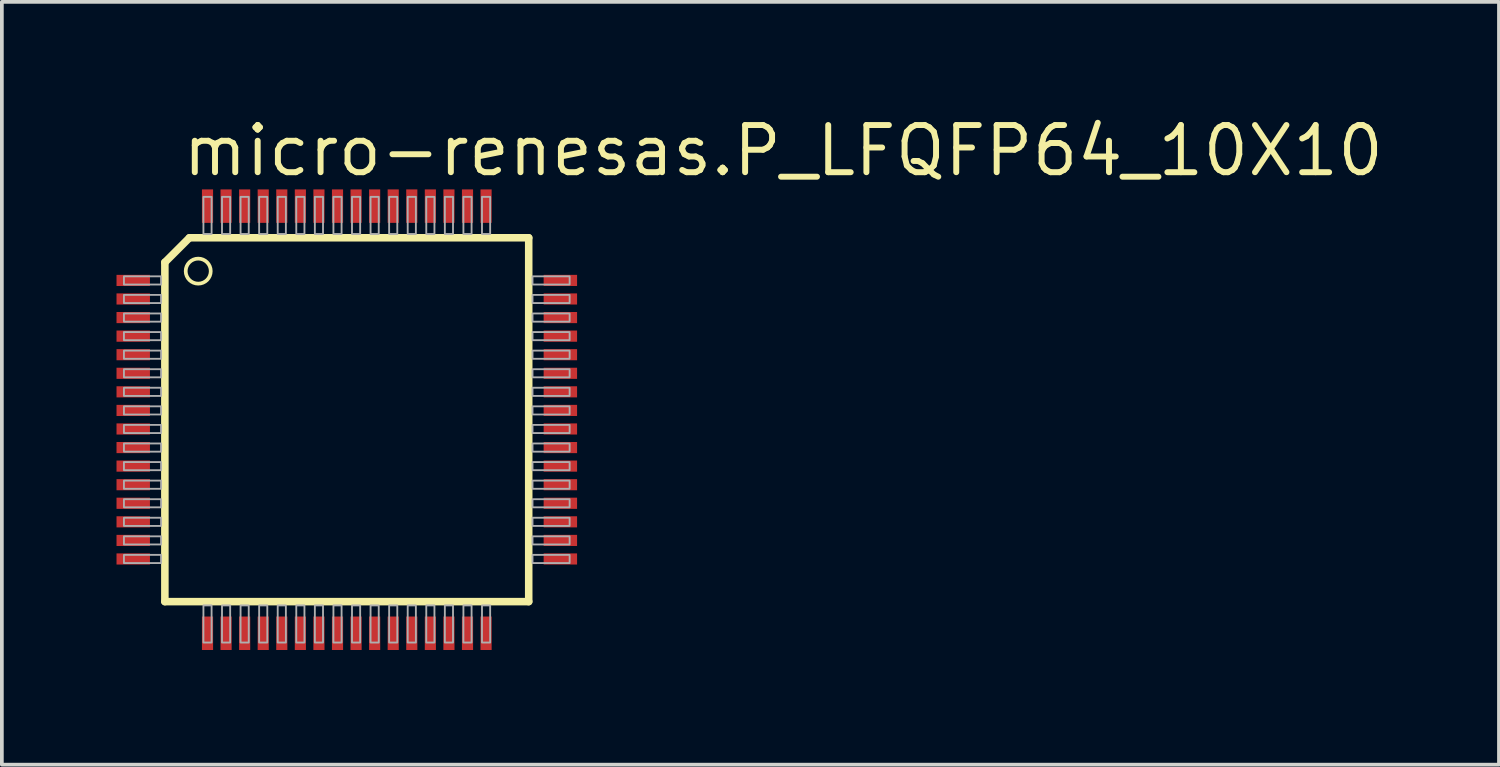
<source format=kicad_pcb>
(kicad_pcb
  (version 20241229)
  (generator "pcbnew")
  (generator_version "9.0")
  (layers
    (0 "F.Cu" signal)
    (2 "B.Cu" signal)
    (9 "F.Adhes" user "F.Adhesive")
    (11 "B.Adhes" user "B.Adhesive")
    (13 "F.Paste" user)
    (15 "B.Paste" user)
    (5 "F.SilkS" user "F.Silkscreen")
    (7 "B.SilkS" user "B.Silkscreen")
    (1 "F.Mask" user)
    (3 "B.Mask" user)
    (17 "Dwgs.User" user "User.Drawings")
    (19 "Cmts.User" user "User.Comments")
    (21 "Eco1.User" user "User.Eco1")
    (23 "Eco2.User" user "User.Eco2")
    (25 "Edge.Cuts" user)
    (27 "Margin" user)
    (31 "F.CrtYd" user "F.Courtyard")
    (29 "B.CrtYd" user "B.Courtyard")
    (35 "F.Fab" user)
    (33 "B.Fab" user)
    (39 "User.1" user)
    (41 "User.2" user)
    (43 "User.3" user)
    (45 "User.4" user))
  (footprint "micro-renesas.P_LFQFP64_10X10"
    (layer "F.Cu")
    (at 6.287 8.25)
    (property "Reference" "micro-renesas.P_LFQFP64_10X10" (at -4.5 -6.5 0) (layer "F.SilkS") (effects (font (size 1.27 1.27) (thickness 0.16)) (justify left bottom)))
    (attr smd)
    (fp_rect (start -6.263 -3.575) (end -5.237 -3.925) (stroke (width 0.05) (type default)) (fill yes) (layer "F.Mask"))
    (fp_rect (start -6.263 -3.075) (end -5.237 -3.425) (stroke (width 0.05) (type default)) (fill yes) (layer "F.Mask"))
    (fp_rect (start -6.263 -2.575) (end -5.237 -2.925) (stroke (width 0.05) (type default)) (fill yes) (layer "F.Mask"))
    (fp_rect (start -6.263 -2.075) (end -5.237 -2.425) (stroke (width 0.05) (type default)) (fill yes) (layer "F.Mask"))
    (fp_rect (start -6.263 -1.575) (end -5.237 -1.925) (stroke (width 0.05) (type default)) (fill yes) (layer "F.Mask"))
    (fp_rect (start -6.263 -1.075) (end -5.237 -1.425) (stroke (width 0.05) (type default)) (fill yes) (layer "F.Mask"))
    (fp_rect (start -6.263 -0.575) (end -5.237 -0.925) (stroke (width 0.05) (type default)) (fill yes) (layer "F.Mask"))
    (fp_rect (start -6.263 -0.075) (end -5.237 -0.425) (stroke (width 0.05) (type default)) (fill yes) (layer "F.Mask"))
    (fp_rect (start -6.263 0.425) (end -5.237 0.075) (stroke (width 0.05) (type default)) (fill yes) (layer "F.Mask"))
    (fp_rect (start -6.263 0.925) (end -5.237 0.575) (stroke (width 0.05) (type default)) (fill yes) (layer "F.Mask"))
    (fp_rect (start -6.263 1.425) (end -5.237 1.075) (stroke (width 0.05) (type default)) (fill yes) (layer "F.Mask"))
    (fp_rect (start -6.263 1.925) (end -5.237 1.575) (stroke (width 0.05) (type default)) (fill yes) (layer "F.Mask"))
    (fp_rect (start -6.263 2.425) (end -5.237 2.075) (stroke (width 0.05) (type default)) (fill yes) (layer "F.Mask"))
    (fp_rect (start -6.263 2.925) (end -5.237 2.575) (stroke (width 0.05) (type default)) (fill yes) (layer "F.Mask"))
    (fp_rect (start -6.263 3.425) (end -5.237 3.075) (stroke (width 0.05) (type default)) (fill yes) (layer "F.Mask"))
    (fp_rect (start -6.263 3.925) (end -5.237 3.575) (stroke (width 0.05) (type default)) (fill yes) (layer "F.Mask"))
    (fp_rect (start -3.925 -5.237) (end -3.575 -6.263) (stroke (width 0.05) (type default)) (fill yes) (layer "F.Mask"))
    (fp_rect (start -3.925 6.263) (end -3.575 5.237) (stroke (width 0.05) (type default)) (fill yes) (layer "F.Mask"))
    (fp_rect (start -3.425 -5.237) (end -3.075 -6.263) (stroke (width 0.05) (type default)) (fill yes) (layer "F.Mask"))
    (fp_rect (start -3.425 6.263) (end -3.075 5.237) (stroke (width 0.05) (type default)) (fill yes) (layer "F.Mask"))
    (fp_rect (start -2.925 -5.237) (end -2.575 -6.263) (stroke (width 0.05) (type default)) (fill yes) (layer "F.Mask"))
    (fp_rect (start -2.925 6.263) (end -2.575 5.237) (stroke (width 0.05) (type default)) (fill yes) (layer "F.Mask"))
    (fp_rect (start -2.425 -5.237) (end -2.075 -6.263) (stroke (width 0.05) (type default)) (fill yes) (layer "F.Mask"))
    (fp_rect (start -2.425 6.263) (end -2.075 5.237) (stroke (width 0.05) (type default)) (fill yes) (layer "F.Mask"))
    (fp_rect (start -1.925 -5.237) (end -1.575 -6.263) (stroke (width 0.05) (type default)) (fill yes) (layer "F.Mask"))
    (fp_rect (start -1.925 6.263) (end -1.575 5.237) (stroke (width 0.05) (type default)) (fill yes) (layer "F.Mask"))
    (fp_rect (start -1.425 -5.237) (end -1.075 -6.263) (stroke (width 0.05) (type default)) (fill yes) (layer "F.Mask"))
    (fp_rect (start -1.425 6.263) (end -1.075 5.237) (stroke (width 0.05) (type default)) (fill yes) (layer "F.Mask"))
    (fp_rect (start -0.925 -5.237) (end -0.575 -6.263) (stroke (width 0.05) (type default)) (fill yes) (layer "F.Mask"))
    (fp_rect (start -0.925 6.263) (end -0.575 5.237) (stroke (width 0.05) (type default)) (fill yes) (layer "F.Mask"))
    (fp_rect (start -0.425 -5.237) (end -0.075 -6.263) (stroke (width 0.05) (type default)) (fill yes) (layer "F.Mask"))
    (fp_rect (start -0.425 6.263) (end -0.075 5.237) (stroke (width 0.05) (type default)) (fill yes) (layer "F.Mask"))
    (fp_rect (start 0.075 -5.237) (end 0.425 -6.263) (stroke (width 0.05) (type default)) (fill yes) (layer "F.Mask"))
    (fp_rect (start 0.075 6.263) (end 0.425 5.237) (stroke (width 0.05) (type default)) (fill yes) (layer "F.Mask"))
    (fp_rect (start 0.575 -5.237) (end 0.925 -6.263) (stroke (width 0.05) (type default)) (fill yes) (layer "F.Mask"))
    (fp_rect (start 0.575 6.263) (end 0.925 5.237) (stroke (width 0.05) (type default)) (fill yes) (layer "F.Mask"))
    (fp_rect (start 1.075 -5.237) (end 1.425 -6.263) (stroke (width 0.05) (type default)) (fill yes) (layer "F.Mask"))
    (fp_rect (start 1.075 6.263) (end 1.425 5.237) (stroke (width 0.05) (type default)) (fill yes) (layer "F.Mask"))
    (fp_rect (start 1.575 -5.237) (end 1.925 -6.263) (stroke (width 0.05) (type default)) (fill yes) (layer "F.Mask"))
    (fp_rect (start 1.575 6.263) (end 1.925 5.237) (stroke (width 0.05) (type default)) (fill yes) (layer "F.Mask"))
    (fp_rect (start 2.075 -5.237) (end 2.425 -6.263) (stroke (width 0.05) (type default)) (fill yes) (layer "F.Mask"))
    (fp_rect (start 2.075 6.263) (end 2.425 5.237) (stroke (width 0.05) (type default)) (fill yes) (layer "F.Mask"))
    (fp_rect (start 2.575 -5.237) (end 2.925 -6.263) (stroke (width 0.05) (type default)) (fill yes) (layer "F.Mask"))
    (fp_rect (start 2.575 6.263) (end 2.925 5.237) (stroke (width 0.05) (type default)) (fill yes) (layer "F.Mask"))
    (fp_rect (start 3.075 -5.237) (end 3.425 -6.263) (stroke (width 0.05) (type default)) (fill yes) (layer "F.Mask"))
    (fp_rect (start 3.075 6.263) (end 3.425 5.237) (stroke (width 0.05) (type default)) (fill yes) (layer "F.Mask"))
    (fp_rect (start 3.575 -5.237) (end 3.925 -6.263) (stroke (width 0.05) (type default)) (fill yes) (layer "F.Mask"))
    (fp_rect (start 3.575 6.263) (end 3.925 5.237) (stroke (width 0.05) (type default)) (fill yes) (layer "F.Mask"))
    (fp_rect (start 5.237 -3.575) (end 6.263 -3.925) (stroke (width 0.05) (type default)) (fill yes) (layer "F.Mask"))
    (fp_rect (start 5.237 -3.075) (end 6.263 -3.425) (stroke (width 0.05) (type default)) (fill yes) (layer "F.Mask"))
    (fp_rect (start 5.237 -2.575) (end 6.263 -2.925) (stroke (width 0.05) (type default)) (fill yes) (layer "F.Mask"))
    (fp_rect (start 5.237 -2.075) (end 6.263 -2.425) (stroke (width 0.05) (type default)) (fill yes) (layer "F.Mask"))
    (fp_rect (start 5.237 -1.575) (end 6.263 -1.925) (stroke (width 0.05) (type default)) (fill yes) (layer "F.Mask"))
    (fp_rect (start 5.237 -1.075) (end 6.263 -1.425) (stroke (width 0.05) (type default)) (fill yes) (layer "F.Mask"))
    (fp_rect (start 5.237 -0.575) (end 6.263 -0.925) (stroke (width 0.05) (type default)) (fill yes) (layer "F.Mask"))
    (fp_rect (start 5.237 -0.075) (end 6.263 -0.425) (stroke (width 0.05) (type default)) (fill yes) (layer "F.Mask"))
    (fp_rect (start 5.237 0.425) (end 6.263 0.075) (stroke (width 0.05) (type default)) (fill yes) (layer "F.Mask"))
    (fp_rect (start 5.237 0.925) (end 6.263 0.575) (stroke (width 0.05) (type default)) (fill yes) (layer "F.Mask"))
    (fp_rect (start 5.237 1.425) (end 6.263 1.075) (stroke (width 0.05) (type default)) (fill yes) (layer "F.Mask"))
    (fp_rect (start 5.237 1.925) (end 6.263 1.575) (stroke (width 0.05) (type default)) (fill yes) (layer "F.Mask"))
    (fp_rect (start 5.237 2.425) (end 6.263 2.075) (stroke (width 0.05) (type default)) (fill yes) (layer "F.Mask"))
    (fp_rect (start 5.237 2.925) (end 6.263 2.575) (stroke (width 0.05) (type default)) (fill yes) (layer "F.Mask"))
    (fp_rect (start 5.237 3.425) (end 6.263 3.075) (stroke (width 0.05) (type default)) (fill yes) (layer "F.Mask"))
    (fp_rect (start 5.237 3.925) (end 6.263 3.575) (stroke (width 0.05) (type default)) (fill yes) (layer "F.Mask"))
    (fp_line (start -4.898 -4.237) (end -4.898 4.898) (stroke (width 0.203) (type default)) (layer "F.SilkS"))
    (fp_line (start -4.898 4.898) (end 4.898 4.898) (stroke (width 0.203) (type default)) (layer "F.SilkS"))
    (fp_line (start -4.237 -4.898) (end -4.898 -4.237) (stroke (width 0.203) (type default)) (layer "F.SilkS"))
    (fp_line (start 4.898 -4.898) (end -4.237 -4.898) (stroke (width 0.203) (type default)) (layer "F.SilkS"))
    (fp_line (start 4.898 4.898) (end 4.898 -4.898) (stroke (width 0.203) (type default)) (layer "F.SilkS"))
    (fp_circle (center -4 -4) (end -3.663 -4) (stroke (width 0.1) (type default)) (fill no) (layer "F.SilkS"))
    (fp_rect (start -6.175 -3.612) (end -5.325 -3.888) (stroke (width 0.05) (type default)) (fill yes) (layer "F.Paste"))
    (fp_rect (start -6.175 -3.112) (end -5.325 -3.388) (stroke (width 0.05) (type default)) (fill yes) (layer "F.Paste"))
    (fp_rect (start -6.175 -2.612) (end -5.325 -2.888) (stroke (width 0.05) (type default)) (fill yes) (layer "F.Paste"))
    (fp_rect (start -6.175 -2.112) (end -5.325 -2.388) (stroke (width 0.05) (type default)) (fill yes) (layer "F.Paste"))
    (fp_rect (start -6.175 -1.613) (end -5.325 -1.887) (stroke (width 0.05) (type default)) (fill yes) (layer "F.Paste"))
    (fp_rect (start -6.175 -1.113) (end -5.325 -1.387) (stroke (width 0.05) (type default)) (fill yes) (layer "F.Paste"))
    (fp_rect (start -6.175 -0.613) (end -5.325 -0.887) (stroke (width 0.05) (type default)) (fill yes) (layer "F.Paste"))
    (fp_rect (start -6.175 -0.113) (end -5.325 -0.388) (stroke (width 0.05) (type default)) (fill yes) (layer "F.Paste"))
    (fp_rect (start -6.175 0.388) (end -5.325 0.113) (stroke (width 0.05) (type default)) (fill yes) (layer "F.Paste"))
    (fp_rect (start -6.175 0.887) (end -5.325 0.613) (stroke (width 0.05) (type default)) (fill yes) (layer "F.Paste"))
    (fp_rect (start -6.175 1.387) (end -5.325 1.113) (stroke (width 0.05) (type default)) (fill yes) (layer "F.Paste"))
    (fp_rect (start -6.175 1.887) (end -5.325 1.613) (stroke (width 0.05) (type default)) (fill yes) (layer "F.Paste"))
    (fp_rect (start -6.175 2.388) (end -5.325 2.112) (stroke (width 0.05) (type default)) (fill yes) (layer "F.Paste"))
    (fp_rect (start -6.175 2.888) (end -5.325 2.612) (stroke (width 0.05) (type default)) (fill yes) (layer "F.Paste"))
    (fp_rect (start -6.175 3.388) (end -5.325 3.112) (stroke (width 0.05) (type default)) (fill yes) (layer "F.Paste"))
    (fp_rect (start -6.175 3.888) (end -5.325 3.612) (stroke (width 0.05) (type default)) (fill yes) (layer "F.Paste"))
    (fp_rect (start -3.888 -5.325) (end -3.612 -6.175) (stroke (width 0.05) (type default)) (fill yes) (layer "F.Paste"))
    (fp_rect (start -3.888 6.175) (end -3.612 5.325) (stroke (width 0.05) (type default)) (fill yes) (layer "F.Paste"))
    (fp_rect (start -3.388 -5.325) (end -3.112 -6.175) (stroke (width 0.05) (type default)) (fill yes) (layer "F.Paste"))
    (fp_rect (start -3.388 6.175) (end -3.112 5.325) (stroke (width 0.05) (type default)) (fill yes) (layer "F.Paste"))
    (fp_rect (start -2.888 -5.325) (end -2.612 -6.175) (stroke (width 0.05) (type default)) (fill yes) (layer "F.Paste"))
    (fp_rect (start -2.888 6.175) (end -2.612 5.325) (stroke (width 0.05) (type default)) (fill yes) (layer "F.Paste"))
    (fp_rect (start -2.388 -5.325) (end -2.112 -6.175) (stroke (width 0.05) (type default)) (fill yes) (layer "F.Paste"))
    (fp_rect (start -2.388 6.175) (end -2.112 5.325) (stroke (width 0.05) (type default)) (fill yes) (layer "F.Paste"))
    (fp_rect (start -1.887 -5.325) (end -1.613 -6.175) (stroke (width 0.05) (type default)) (fill yes) (layer "F.Paste"))
    (fp_rect (start -1.887 6.175) (end -1.613 5.325) (stroke (width 0.05) (type default)) (fill yes) (layer "F.Paste"))
    (fp_rect (start -1.387 -5.325) (end -1.113 -6.175) (stroke (width 0.05) (type default)) (fill yes) (layer "F.Paste"))
    (fp_rect (start -1.387 6.175) (end -1.113 5.325) (stroke (width 0.05) (type default)) (fill yes) (layer "F.Paste"))
    (fp_rect (start -0.887 -5.325) (end -0.613 -6.175) (stroke (width 0.05) (type default)) (fill yes) (layer "F.Paste"))
    (fp_rect (start -0.887 6.175) (end -0.613 5.325) (stroke (width 0.05) (type default)) (fill yes) (layer "F.Paste"))
    (fp_rect (start -0.388 -5.325) (end -0.113 -6.175) (stroke (width 0.05) (type default)) (fill yes) (layer "F.Paste"))
    (fp_rect (start -0.388 6.175) (end -0.113 5.325) (stroke (width 0.05) (type default)) (fill yes) (layer "F.Paste"))
    (fp_rect (start 0.113 -5.325) (end 0.388 -6.175) (stroke (width 0.05) (type default)) (fill yes) (layer "F.Paste"))
    (fp_rect (start 0.113 6.175) (end 0.388 5.325) (stroke (width 0.05) (type default)) (fill yes) (layer "F.Paste"))
    (fp_rect (start 0.613 -5.325) (end 0.887 -6.175) (stroke (width 0.05) (type default)) (fill yes) (layer "F.Paste"))
    (fp_rect (start 0.613 6.175) (end 0.887 5.325) (stroke (width 0.05) (type default)) (fill yes) (layer "F.Paste"))
    (fp_rect (start 1.113 -5.325) (end 1.387 -6.175) (stroke (width 0.05) (type default)) (fill yes) (layer "F.Paste"))
    (fp_rect (start 1.113 6.175) (end 1.387 5.325) (stroke (width 0.05) (type default)) (fill yes) (layer "F.Paste"))
    (fp_rect (start 1.613 -5.325) (end 1.887 -6.175) (stroke (width 0.05) (type default)) (fill yes) (layer "F.Paste"))
    (fp_rect (start 1.613 6.175) (end 1.887 5.325) (stroke (width 0.05) (type default)) (fill yes) (layer "F.Paste"))
    (fp_rect (start 2.112 -5.325) (end 2.388 -6.175) (stroke (width 0.05) (type default)) (fill yes) (layer "F.Paste"))
    (fp_rect (start 2.112 6.175) (end 2.388 5.325) (stroke (width 0.05) (type default)) (fill yes) (layer "F.Paste"))
    (fp_rect (start 2.612 -5.325) (end 2.888 -6.175) (stroke (width 0.05) (type default)) (fill yes) (layer "F.Paste"))
    (fp_rect (start 2.612 6.175) (end 2.888 5.325) (stroke (width 0.05) (type default)) (fill yes) (layer "F.Paste"))
    (fp_rect (start 3.112 -5.325) (end 3.388 -6.175) (stroke (width 0.05) (type default)) (fill yes) (layer "F.Paste"))
    (fp_rect (start 3.112 6.175) (end 3.388 5.325) (stroke (width 0.05) (type default)) (fill yes) (layer "F.Paste"))
    (fp_rect (start 3.612 -5.325) (end 3.888 -6.175) (stroke (width 0.05) (type default)) (fill yes) (layer "F.Paste"))
    (fp_rect (start 3.612 6.175) (end 3.888 5.325) (stroke (width 0.05) (type default)) (fill yes) (layer "F.Paste"))
    (fp_rect (start 5.325 -3.612) (end 6.175 -3.888) (stroke (width 0.05) (type default)) (fill yes) (layer "F.Paste"))
    (fp_rect (start 5.325 -3.112) (end 6.175 -3.388) (stroke (width 0.05) (type default)) (fill yes) (layer "F.Paste"))
    (fp_rect (start 5.325 -2.612) (end 6.175 -2.888) (stroke (width 0.05) (type default)) (fill yes) (layer "F.Paste"))
    (fp_rect (start 5.325 -2.112) (end 6.175 -2.388) (stroke (width 0.05) (type default)) (fill yes) (layer "F.Paste"))
    (fp_rect (start 5.325 -1.613) (end 6.175 -1.887) (stroke (width 0.05) (type default)) (fill yes) (layer "F.Paste"))
    (fp_rect (start 5.325 -1.113) (end 6.175 -1.387) (stroke (width 0.05) (type default)) (fill yes) (layer "F.Paste"))
    (fp_rect (start 5.325 -0.613) (end 6.175 -0.887) (stroke (width 0.05) (type default)) (fill yes) (layer "F.Paste"))
    (fp_rect (start 5.325 -0.113) (end 6.175 -0.388) (stroke (width 0.05) (type default)) (fill yes) (layer "F.Paste"))
    (fp_rect (start 5.325 0.388) (end 6.175 0.113) (stroke (width 0.05) (type default)) (fill yes) (layer "F.Paste"))
    (fp_rect (start 5.325 0.887) (end 6.175 0.613) (stroke (width 0.05) (type default)) (fill yes) (layer "F.Paste"))
    (fp_rect (start 5.325 1.387) (end 6.175 1.113) (stroke (width 0.05) (type default)) (fill yes) (layer "F.Paste"))
    (fp_rect (start 5.325 1.887) (end 6.175 1.613) (stroke (width 0.05) (type default)) (fill yes) (layer "F.Paste"))
    (fp_rect (start 5.325 2.388) (end 6.175 2.112) (stroke (width 0.05) (type default)) (fill yes) (layer "F.Paste"))
    (fp_rect (start 5.325 2.888) (end 6.175 2.612) (stroke (width 0.05) (type default)) (fill yes) (layer "F.Paste"))
    (fp_rect (start 5.325 3.388) (end 6.175 3.112) (stroke (width 0.05) (type default)) (fill yes) (layer "F.Paste"))
    (fp_rect (start 5.325 3.888) (end 6.175 3.612) (stroke (width 0.05) (type default)) (fill yes) (layer "F.Paste"))
    (fp_rect (start -6 -3.64) (end -5 -3.86) (stroke (width 0.05) (type default)) (fill no) (layer "F.Fab"))
    (fp_rect (start -6 -3.14) (end -5 -3.36) (stroke (width 0.05) (type default)) (fill no) (layer "F.Fab"))
    (fp_rect (start -6 -2.64) (end -5 -2.86) (stroke (width 0.05) (type default)) (fill no) (layer "F.Fab"))
    (fp_rect (start -6 -2.14) (end -5 -2.36) (stroke (width 0.05) (type default)) (fill no) (layer "F.Fab"))
    (fp_rect (start -6 -1.64) (end -5 -1.86) (stroke (width 0.05) (type default)) (fill no) (layer "F.Fab"))
    (fp_rect (start -6 -1.14) (end -5 -1.36) (stroke (width 0.05) (type default)) (fill no) (layer "F.Fab"))
    (fp_rect (start -6 -0.64) (end -5 -0.86) (stroke (width 0.05) (type default)) (fill no) (layer "F.Fab"))
    (fp_rect (start -6 -0.14) (end -5 -0.36) (stroke (width 0.05) (type default)) (fill no) (layer "F.Fab"))
    (fp_rect (start -6 0.36) (end -5 0.14) (stroke (width 0.05) (type default)) (fill no) (layer "F.Fab"))
    (fp_rect (start -6 0.86) (end -5 0.64) (stroke (width 0.05) (type default)) (fill no) (layer "F.Fab"))
    (fp_rect (start -6 1.36) (end -5 1.14) (stroke (width 0.05) (type default)) (fill no) (layer "F.Fab"))
    (fp_rect (start -6 1.86) (end -5 1.64) (stroke (width 0.05) (type default)) (fill no) (layer "F.Fab"))
    (fp_rect (start -6 2.36) (end -5 2.14) (stroke (width 0.05) (type default)) (fill no) (layer "F.Fab"))
    (fp_rect (start -6 2.86) (end -5 2.64) (stroke (width 0.05) (type default)) (fill no) (layer "F.Fab"))
    (fp_rect (start -6 3.36) (end -5 3.14) (stroke (width 0.05) (type default)) (fill no) (layer "F.Fab"))
    (fp_rect (start -6 3.86) (end -5 3.64) (stroke (width 0.05) (type default)) (fill no) (layer "F.Fab"))
    (fp_rect (start -3.86 -5) (end -3.64 -6) (stroke (width 0.05) (type default)) (fill no) (layer "F.Fab"))
    (fp_rect (start -3.86 6) (end -3.64 5) (stroke (width 0.05) (type default)) (fill no) (layer "F.Fab"))
    (fp_rect (start -3.36 -5) (end -3.14 -6) (stroke (width 0.05) (type default)) (fill no) (layer "F.Fab"))
    (fp_rect (start -3.36 6) (end -3.14 5) (stroke (width 0.05) (type default)) (fill no) (layer "F.Fab"))
    (fp_rect (start -2.86 -5) (end -2.64 -6) (stroke (width 0.05) (type default)) (fill no) (layer "F.Fab"))
    (fp_rect (start -2.86 6) (end -2.64 5) (stroke (width 0.05) (type default)) (fill no) (layer "F.Fab"))
    (fp_rect (start -2.36 -5) (end -2.14 -6) (stroke (width 0.05) (type default)) (fill no) (layer "F.Fab"))
    (fp_rect (start -2.36 6) (end -2.14 5) (stroke (width 0.05) (type default)) (fill no) (layer "F.Fab"))
    (fp_rect (start -1.86 -5) (end -1.64 -6) (stroke (width 0.05) (type default)) (fill no) (layer "F.Fab"))
    (fp_rect (start -1.86 6) (end -1.64 5) (stroke (width 0.05) (type default)) (fill no) (layer "F.Fab"))
    (fp_rect (start -1.36 -5) (end -1.14 -6) (stroke (width 0.05) (type default)) (fill no) (layer "F.Fab"))
    (fp_rect (start -1.36 6) (end -1.14 5) (stroke (width 0.05) (type default)) (fill no) (layer "F.Fab"))
    (fp_rect (start -0.86 -5) (end -0.64 -6) (stroke (width 0.05) (type default)) (fill no) (layer "F.Fab"))
    (fp_rect (start -0.86 6) (end -0.64 5) (stroke (width 0.05) (type default)) (fill no) (layer "F.Fab"))
    (fp_rect (start -0.36 -5) (end -0.14 -6) (stroke (width 0.05) (type default)) (fill no) (layer "F.Fab"))
    (fp_rect (start -0.36 6) (end -0.14 5) (stroke (width 0.05) (type default)) (fill no) (layer "F.Fab"))
    (fp_rect (start 0.14 -5) (end 0.36 -6) (stroke (width 0.05) (type default)) (fill no) (layer "F.Fab"))
    (fp_rect (start 0.14 6) (end 0.36 5) (stroke (width 0.05) (type default)) (fill no) (layer "F.Fab"))
    (fp_rect (start 0.64 -5) (end 0.86 -6) (stroke (width 0.05) (type default)) (fill no) (layer "F.Fab"))
    (fp_rect (start 0.64 6) (end 0.86 5) (stroke (width 0.05) (type default)) (fill no) (layer "F.Fab"))
    (fp_rect (start 1.14 -5) (end 1.36 -6) (stroke (width 0.05) (type default)) (fill no) (layer "F.Fab"))
    (fp_rect (start 1.14 6) (end 1.36 5) (stroke (width 0.05) (type default)) (fill no) (layer "F.Fab"))
    (fp_rect (start 1.64 -5) (end 1.86 -6) (stroke (width 0.05) (type default)) (fill no) (layer "F.Fab"))
    (fp_rect (start 1.64 6) (end 1.86 5) (stroke (width 0.05) (type default)) (fill no) (layer "F.Fab"))
    (fp_rect (start 2.14 -5) (end 2.36 -6) (stroke (width 0.05) (type default)) (fill no) (layer "F.Fab"))
    (fp_rect (start 2.14 6) (end 2.36 5) (stroke (width 0.05) (type default)) (fill no) (layer "F.Fab"))
    (fp_rect (start 2.64 -5) (end 2.86 -6) (stroke (width 0.05) (type default)) (fill no) (layer "F.Fab"))
    (fp_rect (start 2.64 6) (end 2.86 5) (stroke (width 0.05) (type default)) (fill no) (layer "F.Fab"))
    (fp_rect (start 3.14 -5) (end 3.36 -6) (stroke (width 0.05) (type default)) (fill no) (layer "F.Fab"))
    (fp_rect (start 3.14 6) (end 3.36 5) (stroke (width 0.05) (type default)) (fill no) (layer "F.Fab"))
    (fp_rect (start 3.64 -5) (end 3.86 -6) (stroke (width 0.05) (type default)) (fill no) (layer "F.Fab"))
    (fp_rect (start 3.64 6) (end 3.86 5) (stroke (width 0.05) (type default)) (fill no) (layer "F.Fab"))
    (fp_rect (start 5 -3.64) (end 6 -3.86) (stroke (width 0.05) (type default)) (fill no) (layer "F.Fab"))
    (fp_rect (start 5 -3.14) (end 6 -3.36) (stroke (width 0.05) (type default)) (fill no) (layer "F.Fab"))
    (fp_rect (start 5 -2.64) (end 6 -2.86) (stroke (width 0.05) (type default)) (fill no) (layer "F.Fab"))
    (fp_rect (start 5 -2.14) (end 6 -2.36) (stroke (width 0.05) (type default)) (fill no) (layer "F.Fab"))
    (fp_rect (start 5 -1.64) (end 6 -1.86) (stroke (width 0.05) (type default)) (fill no) (layer "F.Fab"))
    (fp_rect (start 5 -1.14) (end 6 -1.36) (stroke (width 0.05) (type default)) (fill no) (layer "F.Fab"))
    (fp_rect (start 5 -0.64) (end 6 -0.86) (stroke (width 0.05) (type default)) (fill no) (layer "F.Fab"))
    (fp_rect (start 5 -0.14) (end 6 -0.36) (stroke (width 0.05) (type default)) (fill no) (layer "F.Fab"))
    (fp_rect (start 5 0.36) (end 6 0.14) (stroke (width 0.05) (type default)) (fill no) (layer "F.Fab"))
    (fp_rect (start 5 0.86) (end 6 0.64) (stroke (width 0.05) (type default)) (fill no) (layer "F.Fab"))
    (fp_rect (start 5 1.36) (end 6 1.14) (stroke (width 0.05) (type default)) (fill no) (layer "F.Fab"))
    (fp_rect (start 5 1.86) (end 6 1.64) (stroke (width 0.05) (type default)) (fill no) (layer "F.Fab"))
    (fp_rect (start 5 2.36) (end 6 2.14) (stroke (width 0.05) (type default)) (fill no) (layer "F.Fab"))
    (fp_rect (start 5 2.86) (end 6 2.64) (stroke (width 0.05) (type default)) (fill no) (layer "F.Fab"))
    (fp_rect (start 5 3.36) (end 6 3.14) (stroke (width 0.05) (type default)) (fill no) (layer "F.Fab"))
    (fp_rect (start 5 3.86) (end 6 3.64) (stroke (width 0.05) (type default)) (fill no) (layer "F.Fab"))
    (pad "1" smd roundrect (at -5.75 -3.75) (size 0.9 0.3) (layers "F.Cu" "F.Mask" "F.Paste") (roundrect_rratio 0.01))
    (pad "2" smd roundrect (at -5.75 -3.25) (size 0.9 0.3) (layers "F.Cu" "F.Mask" "F.Paste") (roundrect_rratio 0.01))
    (pad "3" smd roundrect (at -5.75 -2.75) (size 0.9 0.3) (layers "F.Cu" "F.Mask" "F.Paste") (roundrect_rratio 0.01))
    (pad "4" smd roundrect (at -5.75 -2.25) (size 0.9 0.3) (layers "F.Cu" "F.Mask" "F.Paste") (roundrect_rratio 0.01))
    (pad "5" smd roundrect (at -5.75 -1.75) (size 0.9 0.3) (layers "F.Cu" "F.Mask" "F.Paste") (roundrect_rratio 0.01))
    (pad "6" smd roundrect (at -5.75 -1.25) (size 0.9 0.3) (layers "F.Cu" "F.Mask" "F.Paste") (roundrect_rratio 0.01))
    (pad "7" smd roundrect (at -5.75 -0.75) (size 0.9 0.3) (layers "F.Cu" "F.Mask" "F.Paste") (roundrect_rratio 0.01))
    (pad "8" smd roundrect (at -5.75 -0.25) (size 0.9 0.3) (layers "F.Cu" "F.Mask" "F.Paste") (roundrect_rratio 0.01))
    (pad "9" smd roundrect (at -5.75 0.25) (size 0.9 0.3) (layers "F.Cu" "F.Mask" "F.Paste") (roundrect_rratio 0.01))
    (pad "10" smd roundrect (at -5.75 0.75) (size 0.9 0.3) (layers "F.Cu" "F.Mask" "F.Paste") (roundrect_rratio 0.01))
    (pad "11" smd roundrect (at -5.75 1.25) (size 0.9 0.3) (layers "F.Cu" "F.Mask" "F.Paste") (roundrect_rratio 0.01))
    (pad "12" smd roundrect (at -5.75 1.75) (size 0.9 0.3) (layers "F.Cu" "F.Mask" "F.Paste") (roundrect_rratio 0.01))
    (pad "13" smd roundrect (at -5.75 2.25) (size 0.9 0.3) (layers "F.Cu" "F.Mask" "F.Paste") (roundrect_rratio 0.01))
    (pad "14" smd roundrect (at -5.75 2.75) (size 0.9 0.3) (layers "F.Cu" "F.Mask" "F.Paste") (roundrect_rratio 0.01))
    (pad "15" smd roundrect (at -5.75 3.25) (size 0.9 0.3) (layers "F.Cu" "F.Mask" "F.Paste") (roundrect_rratio 0.01))
    (pad "16" smd roundrect (at -5.75 3.75) (size 0.9 0.3) (layers "F.Cu" "F.Mask" "F.Paste") (roundrect_rratio 0.01))
    (pad "17" smd roundrect (at -3.75 5.75) (size 0.3 0.9) (layers "F.Cu" "F.Mask" "F.Paste") (roundrect_rratio 0.01))
    (pad "18" smd roundrect (at -3.25 5.75) (size 0.3 0.9) (layers "F.Cu" "F.Mask" "F.Paste") (roundrect_rratio 0.01))
    (pad "19" smd roundrect (at -2.75 5.75) (size 0.3 0.9) (layers "F.Cu" "F.Mask" "F.Paste") (roundrect_rratio 0.01))
    (pad "20" smd roundrect (at -2.25 5.75) (size 0.3 0.9) (layers "F.Cu" "F.Mask" "F.Paste") (roundrect_rratio 0.01))
    (pad "21" smd roundrect (at -1.75 5.75) (size 0.3 0.9) (layers "F.Cu" "F.Mask" "F.Paste") (roundrect_rratio 0.01))
    (pad "22" smd roundrect (at -1.25 5.75) (size 0.3 0.9) (layers "F.Cu" "F.Mask" "F.Paste") (roundrect_rratio 0.01))
    (pad "23" smd roundrect (at -0.75 5.75) (size 0.3 0.9) (layers "F.Cu" "F.Mask" "F.Paste") (roundrect_rratio 0.01))
    (pad "24" smd roundrect (at -0.25 5.75) (size 0.3 0.9) (layers "F.Cu" "F.Mask" "F.Paste") (roundrect_rratio 0.01))
    (pad "25" smd roundrect (at 0.25 5.75) (size 0.3 0.9) (layers "F.Cu" "F.Mask" "F.Paste") (roundrect_rratio 0.01))
    (pad "26" smd roundrect (at 0.75 5.75) (size 0.3 0.9) (layers "F.Cu" "F.Mask" "F.Paste") (roundrect_rratio 0.01))
    (pad "27" smd roundrect (at 1.25 5.75) (size 0.3 0.9) (layers "F.Cu" "F.Mask" "F.Paste") (roundrect_rratio 0.01))
    (pad "28" smd roundrect (at 1.75 5.75) (size 0.3 0.9) (layers "F.Cu" "F.Mask" "F.Paste") (roundrect_rratio 0.01))
    (pad "29" smd roundrect (at 2.25 5.75) (size 0.3 0.9) (layers "F.Cu" "F.Mask" "F.Paste") (roundrect_rratio 0.01))
    (pad "30" smd roundrect (at 2.75 5.75) (size 0.3 0.9) (layers "F.Cu" "F.Mask" "F.Paste") (roundrect_rratio 0.01))
    (pad "31" smd roundrect (at 3.25 5.75) (size 0.3 0.9) (layers "F.Cu" "F.Mask" "F.Paste") (roundrect_rratio 0.01))
    (pad "32" smd roundrect (at 3.75 5.75) (size 0.3 0.9) (layers "F.Cu" "F.Mask" "F.Paste") (roundrect_rratio 0.01))
    (pad "33" smd roundrect (at 5.75 3.75) (size 0.9 0.3) (layers "F.Cu" "F.Mask" "F.Paste") (roundrect_rratio 0.01))
    (pad "34" smd roundrect (at 5.75 3.25) (size 0.9 0.3) (layers "F.Cu" "F.Mask" "F.Paste") (roundrect_rratio 0.01))
    (pad "35" smd roundrect (at 5.75 2.75) (size 0.9 0.3) (layers "F.Cu" "F.Mask" "F.Paste") (roundrect_rratio 0.01))
    (pad "36" smd roundrect (at 5.75 2.25) (size 0.9 0.3) (layers "F.Cu" "F.Mask" "F.Paste") (roundrect_rratio 0.01))
    (pad "37" smd roundrect (at 5.75 1.75) (size 0.9 0.3) (layers "F.Cu" "F.Mask" "F.Paste") (roundrect_rratio 0.01))
    (pad "38" smd roundrect (at 5.75 1.25) (size 0.9 0.3) (layers "F.Cu" "F.Mask" "F.Paste") (roundrect_rratio 0.01))
    (pad "39" smd roundrect (at 5.75 0.75) (size 0.9 0.3) (layers "F.Cu" "F.Mask" "F.Paste") (roundrect_rratio 0.01))
    (pad "40" smd roundrect (at 5.75 0.25) (size 0.9 0.3) (layers "F.Cu" "F.Mask" "F.Paste") (roundrect_rratio 0.01))
    (pad "41" smd roundrect (at 5.75 -0.25) (size 0.9 0.3) (layers "F.Cu" "F.Mask" "F.Paste") (roundrect_rratio 0.01))
    (pad "42" smd roundrect (at 5.75 -0.75) (size 0.9 0.3) (layers "F.Cu" "F.Mask" "F.Paste") (roundrect_rratio 0.01))
    (pad "43" smd roundrect (at 5.75 -1.25) (size 0.9 0.3) (layers "F.Cu" "F.Mask" "F.Paste") (roundrect_rratio 0.01))
    (pad "44" smd roundrect (at 5.75 -1.75) (size 0.9 0.3) (layers "F.Cu" "F.Mask" "F.Paste") (roundrect_rratio 0.01))
    (pad "45" smd roundrect (at 5.75 -2.25) (size 0.9 0.3) (layers "F.Cu" "F.Mask" "F.Paste") (roundrect_rratio 0.01))
    (pad "46" smd roundrect (at 5.75 -2.75) (size 0.9 0.3) (layers "F.Cu" "F.Mask" "F.Paste") (roundrect_rratio 0.01))
    (pad "47" smd roundrect (at 5.75 -3.25) (size 0.9 0.3) (layers "F.Cu" "F.Mask" "F.Paste") (roundrect_rratio 0.01))
    (pad "48" smd roundrect (at 5.75 -3.75) (size 0.9 0.3) (layers "F.Cu" "F.Mask" "F.Paste") (roundrect_rratio 0.01))
    (pad "49" smd roundrect (at 3.75 -5.75) (size 0.3 0.9) (layers "F.Cu" "F.Mask" "F.Paste") (roundrect_rratio 0.01))
    (pad "50" smd roundrect (at 3.25 -5.75) (size 0.3 0.9) (layers "F.Cu" "F.Mask" "F.Paste") (roundrect_rratio 0.01))
    (pad "51" smd roundrect (at 2.75 -5.75) (size 0.3 0.9) (layers "F.Cu" "F.Mask" "F.Paste") (roundrect_rratio 0.01))
    (pad "52" smd roundrect (at 2.25 -5.75) (size 0.3 0.9) (layers "F.Cu" "F.Mask" "F.Paste") (roundrect_rratio 0.01))
    (pad "53" smd roundrect (at 1.75 -5.75) (size 0.3 0.9) (layers "F.Cu" "F.Mask" "F.Paste") (roundrect_rratio 0.01))
    (pad "54" smd roundrect (at 1.25 -5.75) (size 0.3 0.9) (layers "F.Cu" "F.Mask" "F.Paste") (roundrect_rratio 0.01))
    (pad "55" smd roundrect (at 0.75 -5.75) (size 0.3 0.9) (layers "F.Cu" "F.Mask" "F.Paste") (roundrect_rratio 0.01))
    (pad "56" smd roundrect (at 0.25 -5.75) (size 0.3 0.9) (layers "F.Cu" "F.Mask" "F.Paste") (roundrect_rratio 0.01))
    (pad "57" smd roundrect (at -0.25 -5.75) (size 0.3 0.9) (layers "F.Cu" "F.Mask" "F.Paste") (roundrect_rratio 0.01))
    (pad "58" smd roundrect (at -0.75 -5.75) (size 0.3 0.9) (layers "F.Cu" "F.Mask" "F.Paste") (roundrect_rratio 0.01))
    (pad "59" smd roundrect (at -1.25 -5.75) (size 0.3 0.9) (layers "F.Cu" "F.Mask" "F.Paste") (roundrect_rratio 0.01))
    (pad "60" smd roundrect (at -1.75 -5.75) (size 0.3 0.9) (layers "F.Cu" "F.Mask" "F.Paste") (roundrect_rratio 0.01))
    (pad "61" smd roundrect (at -2.25 -5.75) (size 0.3 0.9) (layers "F.Cu" "F.Mask" "F.Paste") (roundrect_rratio 0.01))
    (pad "62" smd roundrect (at -2.75 -5.75) (size 0.3 0.9) (layers "F.Cu" "F.Mask" "F.Paste") (roundrect_rratio 0.01))
    (pad "63" smd roundrect (at -3.25 -5.75) (size 0.3 0.9) (layers "F.Cu" "F.Mask" "F.Paste") (roundrect_rratio 0.01))
    (pad "64" smd roundrect (at -3.75 -5.75) (size 0.3 0.9) (layers "F.Cu" "F.Mask" "F.Paste") (roundrect_rratio 0.01)))
  (gr_rect
    (start -3 -3)
    (end 37.308 17.538)
    (stroke (width 0.1) (type default))
    (fill no)
    (layer "Edge.Cuts")))
</source>
